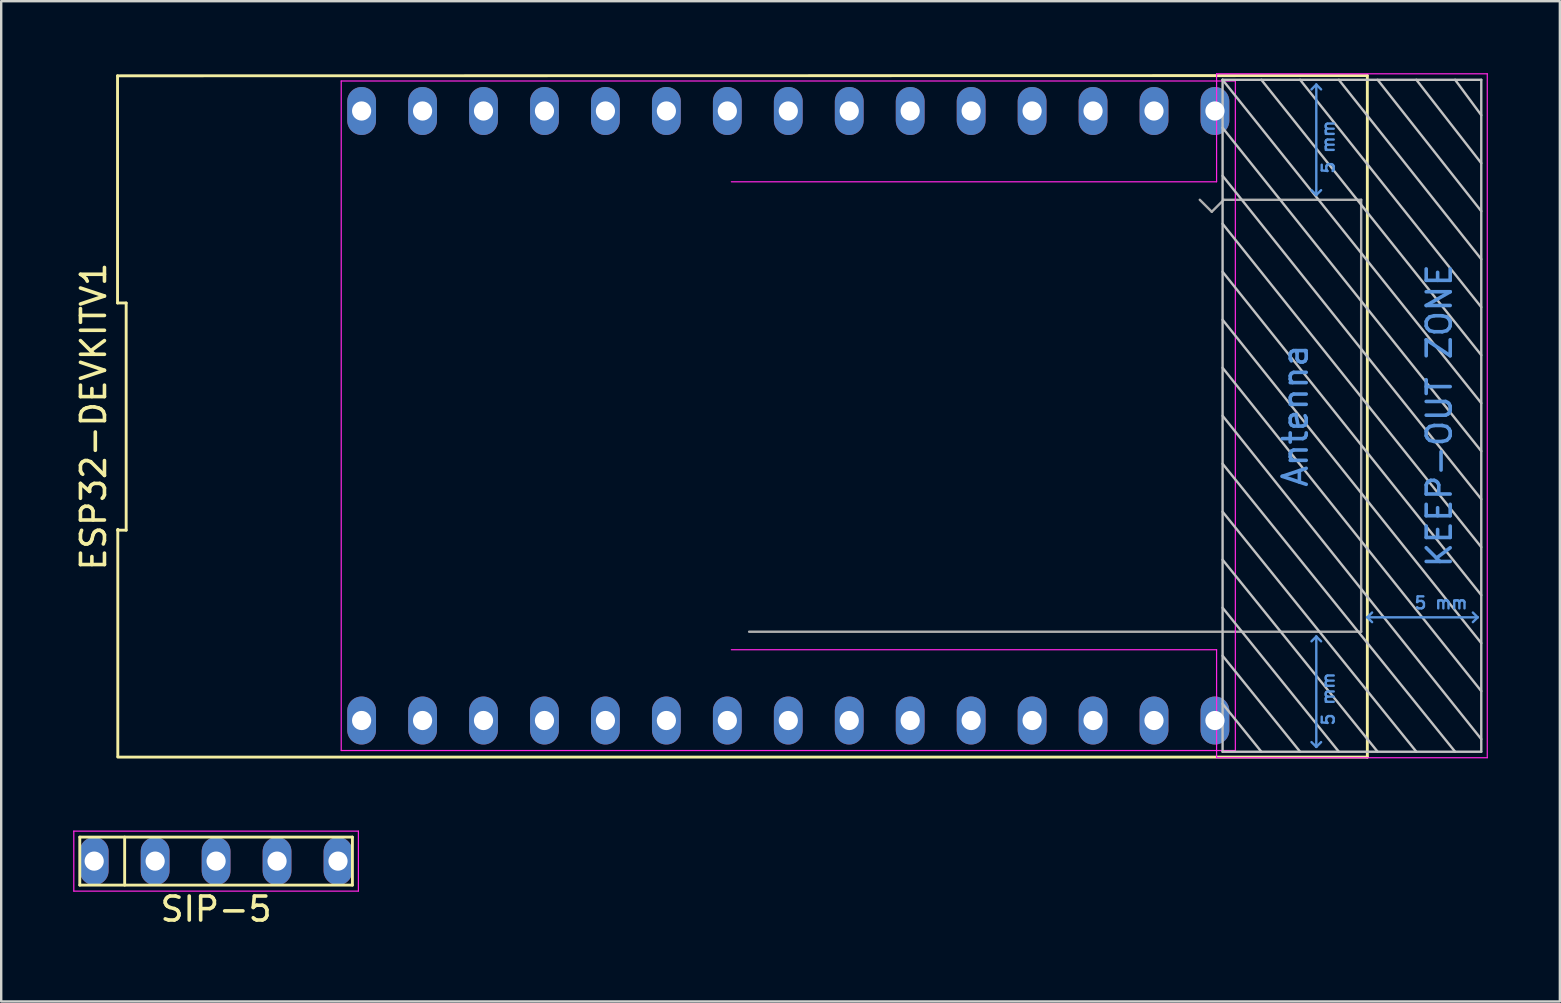
<source format=kicad_pcb>
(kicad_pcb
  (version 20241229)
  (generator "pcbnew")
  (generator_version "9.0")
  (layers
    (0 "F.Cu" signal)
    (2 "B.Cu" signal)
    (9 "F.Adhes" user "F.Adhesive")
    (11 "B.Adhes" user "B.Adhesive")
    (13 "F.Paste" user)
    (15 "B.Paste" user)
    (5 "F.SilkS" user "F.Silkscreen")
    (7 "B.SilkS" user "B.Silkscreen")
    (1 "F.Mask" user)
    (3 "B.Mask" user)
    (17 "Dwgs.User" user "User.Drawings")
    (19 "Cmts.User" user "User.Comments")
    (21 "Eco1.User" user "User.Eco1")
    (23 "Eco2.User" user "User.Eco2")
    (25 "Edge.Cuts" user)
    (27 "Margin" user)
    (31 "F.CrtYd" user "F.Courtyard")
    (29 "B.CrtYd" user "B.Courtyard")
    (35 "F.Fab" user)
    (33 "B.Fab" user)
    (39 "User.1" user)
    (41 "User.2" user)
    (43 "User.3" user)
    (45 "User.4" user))
  (footprint "SIP-5"
    (layer "F.Cu")
    (at 5.955 32.834)
    (property "Reference" "SIP-5" (at 0 2 0) (layer "F.SilkS") (effects (font (size 1 1) (thickness 0.15))))
    (attr through_hole)
    (fp_line (start -5.68 -1) (end 5.68 -1) (stroke (width 0.12) (type solid)) (layer "F.SilkS"))
    (fp_line (start -5.68 1) (end -5.68 -1) (stroke (width 0.12) (type solid)) (layer "F.SilkS"))
    (fp_line (start -3.81 -1) (end -3.81 1) (stroke (width 0.12) (type solid)) (layer "F.SilkS"))
    (fp_line (start 5.68 -1) (end 5.68 1) (stroke (width 0.12) (type solid)) (layer "F.SilkS"))
    (fp_line (start 5.68 1) (end -5.68 1) (stroke (width 0.12) (type solid)) (layer "F.SilkS"))
    (fp_line (start -5.93 -1.25) (end 5.93 -1.25) (stroke (width 0.05) (type solid)) (layer "F.CrtYd"))
    (fp_line (start -5.93 1.25) (end -5.93 -1.25) (stroke (width 0.05) (type solid)) (layer "F.CrtYd"))
    (fp_line (start 5.93 -1.25) (end 5.93 1.25) (stroke (width 0.05) (type solid)) (layer "F.CrtYd"))
    (fp_line (start 5.93 1.25) (end -5.93 1.25) (stroke (width 0.05) (type solid)) (layer "F.CrtYd"))
    (pad "1" thru_hole oval (at -5.08 0) (size 1.2 2) (drill 0.8) (layers "*.Cu" "*.Mask"))
    (pad "2" thru_hole oval (at -2.54 0) (size 1.2 2) (drill 0.8) (layers "*.Cu" "*.Mask"))
    (pad "3" thru_hole oval (at 0 0) (size 1.2 2) (drill 0.8) (layers "*.Cu" "*.Mask"))
    (pad "4" thru_hole oval (at 2.54 0) (size 1.2 2) (drill 0.8) (layers "*.Cu" "*.Mask"))
    (pad "5" thru_hole oval (at 5.08 0) (size 1.2 2) (drill 0.8) (layers "*.Cu" "*.Mask")))
  (footprint "ESP32-DEVKITV1"
    (layer "F.Cu")
    (at 29.799 14.275)
    (property "Reference" "ESP32-DEVKITV1" (at -28.951 0.034 90) (layer "F.SilkS") (effects (font (size 1 1) (thickness 0.15))))
    (attr through_hole)
    (fp_line (start -27.951 -14.166) (end -27.951 -4.699) (stroke (width 0.12) (type solid)) (layer "F.SilkS"))
    (fp_line (start -27.951 -4.699) (end -27.591 -4.699) (stroke (width 0.12) (type solid)) (layer "F.SilkS"))
    (fp_line (start -27.94 4.733) (end -27.94 14.2) (stroke (width 0.12) (type solid)) (layer "F.SilkS"))
    (fp_line (start -27.94 14.224) (end 24.13 14.224) (stroke (width 0.12) (type solid)) (layer "F.SilkS"))
    (fp_line (start -27.591 -4.699) (end -27.591 4.768) (stroke (width 0.12) (type solid)) (layer "F.SilkS"))
    (fp_line (start -27.591 4.768) (end -27.951 4.768) (stroke (width 0.12) (type solid)) (layer "F.SilkS"))
    (fp_line (start 24.13 -14.176) (end -27.951 -14.166) (stroke (width 0.12) (type solid)) (layer "F.SilkS"))
    (fp_line (start 24.13 14.224) (end 24.13 -14.176) (stroke (width 0.12) (type solid)) (layer "F.SilkS"))
    (fp_line (start 18.098 -14) (end 28.878 -14) (stroke (width 0.1) (type solid)) (layer "Dwgs.User"))
    (fp_line (start 18.098 -8) (end 28.878 5.475) (stroke (width 0.1) (type solid)) (layer "Dwgs.User"))
    (fp_line (start 18.098 14) (end 18.098 -14) (stroke (width 0.1) (type solid)) (layer "Dwgs.User"))
    (fp_line (start 18.098 14) (end 28.878 14) (stroke (width 0.1) (type solid)) (layer "Dwgs.User"))
    (fp_line (start 19.713 14) (end 18.098 12) (stroke (width 0.1) (type solid)) (layer "Dwgs.User"))
    (fp_line (start 21.328 14) (end 18.098 10) (stroke (width 0.1) (type solid)) (layer "Dwgs.User"))
    (fp_line (start 22.943 14) (end 18.098 8) (stroke (width 0.1) (type solid)) (layer "Dwgs.User"))
    (fp_line (start 24.558 14) (end 18.098 6) (stroke (width 0.1) (type solid)) (layer "Dwgs.User"))
    (fp_line (start 26.173 14) (end 18.098 4) (stroke (width 0.1) (type solid)) (layer "Dwgs.User"))
    (fp_line (start 27.788 14) (end 18.098 2) (stroke (width 0.1) (type solid)) (layer "Dwgs.User"))
    (fp_line (start 28.878 -12.525) (end 27.788 -14) (stroke (width 0.1) (type solid)) (layer "Dwgs.User"))
    (fp_line (start 28.878 -10.525) (end 26.173 -14) (stroke (width 0.1) (type solid)) (layer "Dwgs.User"))
    (fp_line (start 28.878 -8.525) (end 24.558 -14) (stroke (width 0.1) (type solid)) (layer "Dwgs.User"))
    (fp_line (start 28.878 -6.525) (end 22.943 -14) (stroke (width 0.1) (type solid)) (layer "Dwgs.User"))
    (fp_line (start 28.878 -4.525) (end 21.328 -14) (stroke (width 0.1) (type solid)) (layer "Dwgs.User"))
    (fp_line (start 28.878 -2.525) (end 19.713 -14) (stroke (width 0.1) (type solid)) (layer "Dwgs.User"))
    (fp_line (start 28.878 -0.525) (end 18.098 -14) (stroke (width 0.1) (type solid)) (layer "Dwgs.User"))
    (fp_line (start 28.878 1.475) (end 18.098 -12) (stroke (width 0.1) (type solid)) (layer "Dwgs.User"))
    (fp_line (start 28.878 3.475) (end 18.098 -10) (stroke (width 0.1) (type solid)) (layer "Dwgs.User"))
    (fp_line (start 28.878 7.475) (end 18.098 -6) (stroke (width 0.1) (type solid)) (layer "Dwgs.User"))
    (fp_line (start 28.878 9.475) (end 18.098 -4) (stroke (width 0.1) (type solid)) (layer "Dwgs.User"))
    (fp_line (start 28.878 11.475) (end 18.098 -2) (stroke (width 0.1) (type solid)) (layer "Dwgs.User"))
    (fp_line (start 28.878 13.475) (end 18.098 0) (stroke (width 0.1) (type solid)) (layer "Dwgs.User"))
    (fp_line (start 28.878 14) (end 28.878 -14) (stroke (width 0.1) (type solid)) (layer "Dwgs.User"))
    (fp_line (start 22.003 -13.8) (end 21.803 -13.6) (stroke (width 0.1) (type solid)) (layer "Cmts.User"))
    (fp_line (start 22.003 -13.8) (end 22.003 -9.2) (stroke (width 0.1) (type solid)) (layer "Cmts.User"))
    (fp_line (start 22.003 -13.8) (end 22.203 -13.6) (stroke (width 0.1) (type solid)) (layer "Cmts.User"))
    (fp_line (start 22.003 -9.2) (end 21.803 -9.4) (stroke (width 0.1) (type solid)) (layer "Cmts.User"))
    (fp_line (start 22.003 -9.2) (end 22.203 -9.4) (stroke (width 0.1) (type solid)) (layer "Cmts.User"))
    (fp_line (start 22.003 9.2) (end 21.803 9.4) (stroke (width 0.1) (type solid)) (layer "Cmts.User"))
    (fp_line (start 22.003 9.2) (end 22.003 13.8) (stroke (width 0.1) (type solid)) (layer "Cmts.User"))
    (fp_line (start 22.003 9.2) (end 22.203 9.4) (stroke (width 0.1) (type solid)) (layer "Cmts.User"))
    (fp_line (start 22.003 13.8) (end 21.803 13.6) (stroke (width 0.1) (type solid)) (layer "Cmts.User"))
    (fp_line (start 22.003 13.8) (end 22.203 13.6) (stroke (width 0.1) (type solid)) (layer "Cmts.User"))
    (fp_line (start 24.128 8.4) (end 24.328 8.2) (stroke (width 0.1) (type solid)) (layer "Cmts.User"))
    (fp_line (start 24.128 8.4) (end 24.328 8.6) (stroke (width 0.1) (type solid)) (layer "Cmts.User"))
    (fp_line (start 24.128 8.4) (end 28.728 8.4) (stroke (width 0.1) (type solid)) (layer "Cmts.User"))
    (fp_line (start 28.728 8.4) (end 28.528 8.2) (stroke (width 0.1) (type solid)) (layer "Cmts.User"))
    (fp_line (start 28.728 8.4) (end 28.528 8.6) (stroke (width 0.1) (type solid)) (layer "Cmts.User"))
    (fp_line (start -18.63 -13.95) (end 18.63 -13.95) (stroke (width 0.05) (type solid)) (layer "F.CrtYd"))
    (fp_line (start -18.63 13.95) (end -18.63 -13.95) (stroke (width 0.05) (type solid)) (layer "F.CrtYd"))
    (fp_line (start -2.372 -9.75) (end 17.848 -9.75) (stroke (width 0.05) (type solid)) (layer "F.CrtYd"))
    (fp_line (start 17.848 -14.25) (end 17.848 -9.75) (stroke (width 0.05) (type solid)) (layer "F.CrtYd"))
    (fp_line (start 17.848 9.75) (end -2.372 9.75) (stroke (width 0.05) (type solid)) (layer "F.CrtYd"))
    (fp_line (start 17.848 9.75) (end 17.848 14.25) (stroke (width 0.05) (type solid)) (layer "F.CrtYd"))
    (fp_line (start 18.63 -13.95) (end 18.63 13.95) (stroke (width 0.05) (type solid)) (layer "F.CrtYd"))
    (fp_line (start 18.63 13.95) (end -18.63 13.95) (stroke (width 0.05) (type solid)) (layer "F.CrtYd"))
    (fp_line (start 29.128 -14.25) (end 17.848 -14.25) (stroke (width 0.05) (type solid)) (layer "F.CrtYd"))
    (fp_line (start 29.128 -14.25) (end 29.128 14.25) (stroke (width 0.05) (type solid)) (layer "F.CrtYd"))
    (fp_line (start 29.128 14.25) (end 17.848 14.25) (stroke (width 0.05) (type solid)) (layer "F.CrtYd"))
    (fp_line (start -1.632 9) (end 23.873 9) (stroke (width 0.1) (type solid)) (layer "F.Fab"))
    (fp_line (start 17.148 -9) (end 17.648 -8.5) (stroke (width 0.1) (type solid)) (layer "F.Fab"))
    (fp_line (start 17.648 -8.5) (end 18.148 -9) (stroke (width 0.1) (type solid)) (layer "F.Fab"))
    (fp_line (start 23.873 -9) (end 18.148 -9) (stroke (width 0.1) (type solid)) (layer "F.Fab"))
    (fp_line (start 23.873 -9) (end 23.873 9) (stroke (width 0.1) (type solid)) (layer "F.Fab"))
    (fp_text user "Antenna" (at 21.128 0 270) (layer "Cmts.User") (effects (font (size 1 1) (thickness 0.15))))
    (fp_text user "5 mm" (at 22.503 11.8 270) (layer "Cmts.User") (effects (font (size 0.5 0.5) (thickness 0.1))))
    (fp_text user "5 mm" (at 22.503 -11.2 270) (layer "Cmts.User") (effects (font (size 0.5 0.5) (thickness 0.1))))
    (fp_text user "5 mm" (at 27.203 7.8 0) (layer "Cmts.User") (effects (font (size 0.5 0.5) (thickness 0.1))))
    (fp_text user "KEEP-OUT ZONE" (at 27.128 0 270) (layer "Cmts.User") (effects (font (size 1 1) (thickness 0.15))))
    (pad "1" thru_hole oval (at -17.78 12.7) (size 1.2 2) (drill 0.8) (layers "*.Cu" "*.Mask"))
    (pad "2" thru_hole oval (at -15.24 12.7) (size 1.2 2) (drill 0.8) (layers "*.Cu" "*.Mask"))
    (pad "3" thru_hole oval (at -12.7 12.7) (size 1.2 2) (drill 0.8) (layers "*.Cu" "*.Mask"))
    (pad "4" thru_hole oval (at -10.16 12.7) (size 1.2 2) (drill 0.8) (layers "*.Cu" "*.Mask"))
    (pad "5" thru_hole oval (at -7.62 12.7) (size 1.2 2) (drill 0.8) (layers "*.Cu" "*.Mask"))
    (pad "6" thru_hole oval (at -5.08 12.7) (size 1.2 2) (drill 0.8) (layers "*.Cu" "*.Mask"))
    (pad "7" thru_hole oval (at -2.54 12.7) (size 1.2 2) (drill 0.8) (layers "*.Cu" "*.Mask"))
    (pad "8" thru_hole oval (at 0 12.7) (size 1.2 2) (drill 0.8) (layers "*.Cu" "*.Mask"))
    (pad "9" thru_hole oval (at 2.54 12.7) (size 1.2 2) (drill 0.8) (layers "*.Cu" "*.Mask"))
    (pad "10" thru_hole oval (at 5.08 12.7) (size 1.2 2) (drill 0.8) (layers "*.Cu" "*.Mask"))
    (pad "11" thru_hole oval (at 7.62 12.7) (size 1.2 2) (drill 0.8) (layers "*.Cu" "*.Mask"))
    (pad "12" thru_hole oval (at 10.16 12.7) (size 1.2 2) (drill 0.8) (layers "*.Cu" "*.Mask"))
    (pad "13" thru_hole oval (at 12.7 12.7) (size 1.2 2) (drill 0.8) (layers "*.Cu" "*.Mask"))
    (pad "14" thru_hole oval (at 15.24 12.7) (size 1.2 2) (drill 0.8) (layers "*.Cu" "*.Mask"))
    (pad "15" thru_hole oval (at 17.78 12.7) (size 1.2 2) (drill 0.8) (layers "*.Cu" "*.Mask"))
    (pad "16" thru_hole oval (at 17.78 -12.7) (size 1.2 2) (drill 0.8) (layers "*.Cu" "*.Mask"))
    (pad "17" thru_hole oval (at 15.24 -12.7) (size 1.2 2) (drill 0.8) (layers "*.Cu" "*.Mask"))
    (pad "18" thru_hole oval (at 12.7 -12.7) (size 1.2 2) (drill 0.8) (layers "*.Cu" "*.Mask"))
    (pad "19" thru_hole oval (at 10.16 -12.7) (size 1.2 2) (drill 0.8) (layers "*.Cu" "*.Mask"))
    (pad "20" thru_hole oval (at 7.62 -12.7) (size 1.2 2) (drill 0.8) (layers "*.Cu" "*.Mask"))
    (pad "21" thru_hole oval (at 5.08 -12.7) (size 1.2 2) (drill 0.8) (layers "*.Cu" "*.Mask"))
    (pad "22" thru_hole oval (at 2.54 -12.7) (size 1.2 2) (drill 0.8) (layers "*.Cu" "*.Mask"))
    (pad "23" thru_hole oval (at 0 -12.7) (size 1.2 2) (drill 0.8) (layers "*.Cu" "*.Mask"))
    (pad "24" thru_hole oval (at -2.54 -12.7) (size 1.2 2) (drill 0.8) (layers "*.Cu" "*.Mask"))
    (pad "25" thru_hole oval (at -5.08 -12.7) (size 1.2 2) (drill 0.8) (layers "*.Cu" "*.Mask"))
    (pad "26" thru_hole oval (at -7.62 -12.7) (size 1.2 2) (drill 0.8) (layers "*.Cu" "*.Mask"))
    (pad "27" thru_hole oval (at -10.16 -12.7) (size 1.2 2) (drill 0.8) (layers "*.Cu" "*.Mask"))
    (pad "28" thru_hole oval (at -12.7 -12.7) (size 1.2 2) (drill 0.8) (layers "*.Cu" "*.Mask"))
    (pad "29" thru_hole oval (at -15.24 -12.7) (size 1.2 2) (drill 0.8) (layers "*.Cu" "*.Mask"))
    (pad "30" thru_hole oval (at -17.78 -12.7) (size 1.2 2) (drill 0.8) (layers "*.Cu" "*.Mask")))
  (gr_rect
    (start -3 -3)
    (end 61.952 38.682)
    (stroke (width 0.1) (type default))
    (fill no)
    (layer "Edge.Cuts")))
</source>
